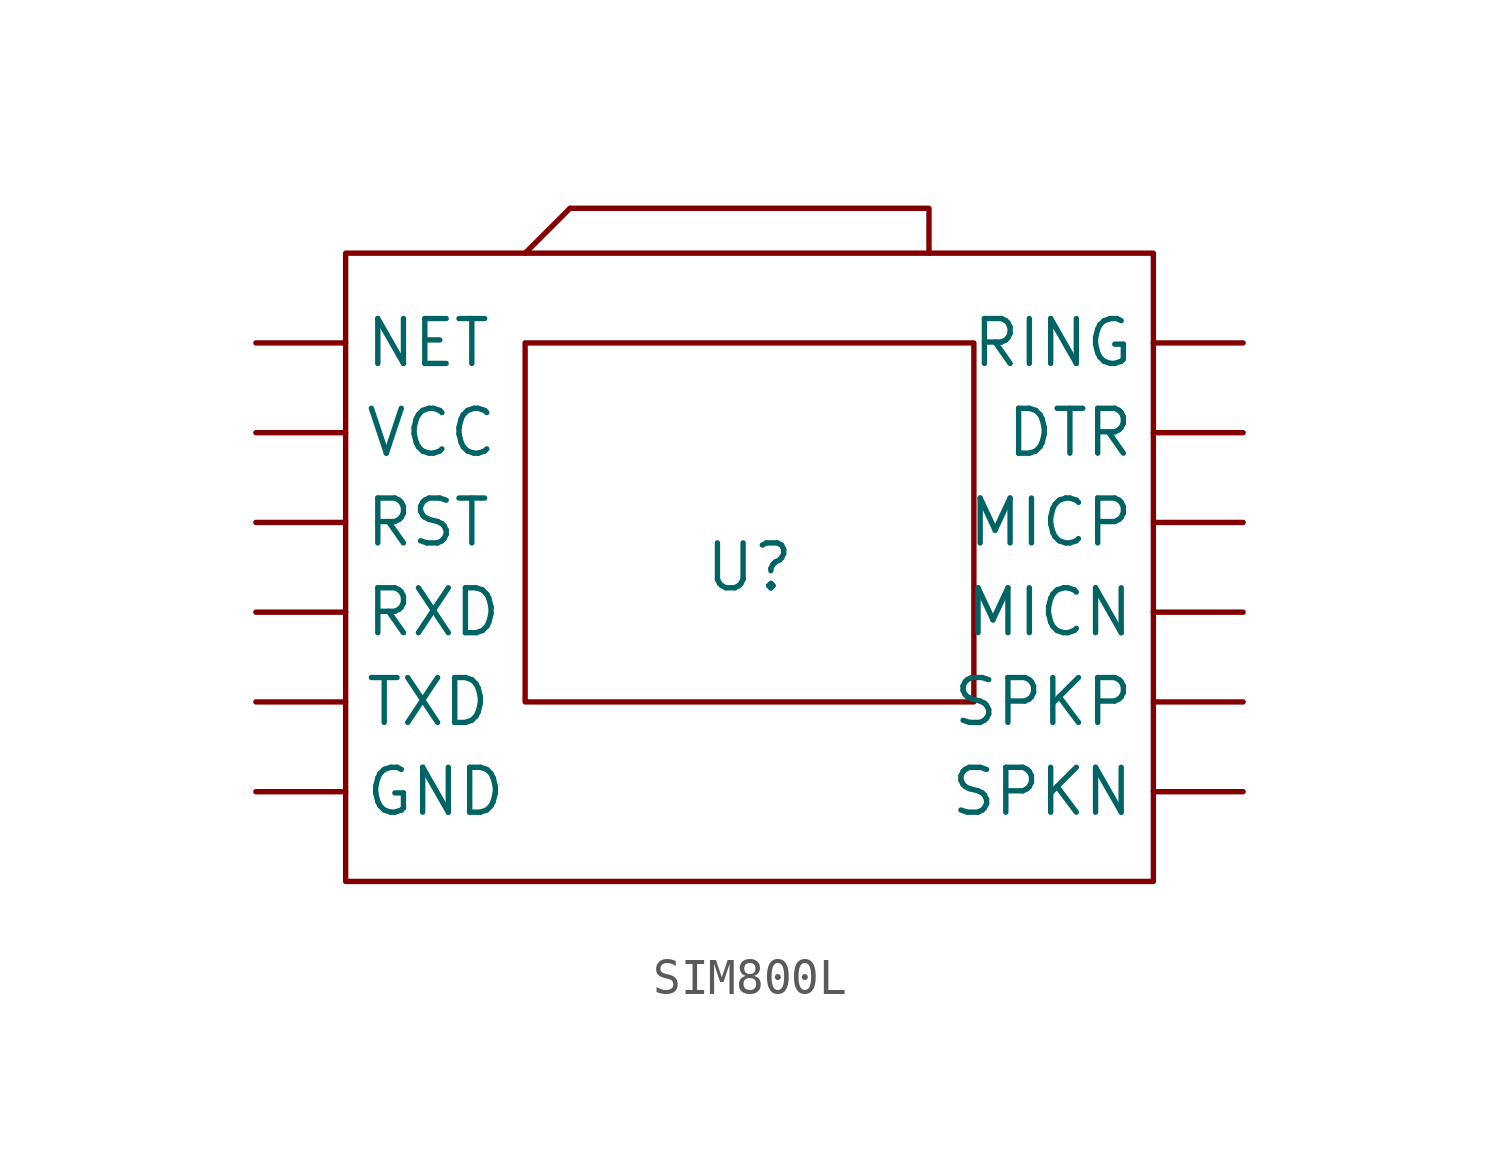
<source format=kicad_sym>
(kicad_symbol_lib
  (version 20220914)
  (generator kicad_symbol_editor)
  (symbol "SIM800L"
    (property "Reference" "U"
      (at 0 0 0)
      (effects (font (size 1.27 1.27))))
    (property "Value" ""
      (at 0 0 0)
      (effects (font (size 1.27 1.27))))
    (symbol "SIM800L_0_1"
      (rectangle (start -11.43 8.89) (end 11.43 -8.89) (stroke (width 0) (type default)) (fill (type none)))
      (rectangle (start -6.35 6.35) (end 6.35 -3.81) (stroke (width 0) (type default)) (fill (type none)))
      (polyline (pts (xy -5.08 10.16) (xy -6.35 8.89)) (stroke (width 0) (type default)) (fill (type none)))
      (polyline (pts (xy -5.08 10.16) (xy 5.08 10.16) (xy 5.08 8.89)) (stroke (width 0) (type default)) (fill (type none))))
    (symbol "SIM800L_1_1"
      (pin input line (at 13.97 3.81 180) (length 2.54) (name "DTR" (effects (font (size 1.27 1.27)))) (number "" (effects (font (size 1.27 1.27)))))
      (pin input line (at -13.97 -6.35 0) (length 2.54) (name "GND" (effects (font (size 1.27 1.27)))) (number "" (effects (font (size 1.27 1.27)))))
      (pin output line (at 13.97 -1.27 180) (length 2.54) (name "MICN" (effects (font (size 1.27 1.27)))) (number "" (effects (font (size 1.27 1.27)))))
      (pin input line (at 13.97 1.27 180) (length 2.54) (name "MICP" (effects (font (size 1.27 1.27)))) (number "" (effects (font (size 1.27 1.27)))))
      (pin input line (at -13.97 6.35 0) (length 2.54) (name "NET" (effects (font (size 1.27 1.27)))) (number "" (effects (font (size 1.27 1.27)))))
      (pin output line (at 13.97 6.35 180) (length 2.54) (name "RING" (effects (font (size 1.27 1.27)))) (number "" (effects (font (size 1.27 1.27)))))
      (pin input line (at -13.97 1.27 0) (length 2.54) (name "RST" (effects (font (size 1.27 1.27)))) (number "" (effects (font (size 1.27 1.27)))))
      (pin input line (at -13.97 -1.27 0) (length 2.54) (name "RXD" (effects (font (size 1.27 1.27)))) (number "" (effects (font (size 1.27 1.27)))))
      (pin output line (at 13.97 -6.35 180) (length 2.54) (name "SPKN" (effects (font (size 1.27 1.27)))) (number "" (effects (font (size 1.27 1.27)))))
      (pin output line (at 13.97 -3.81 180) (length 2.54) (name "SPKP" (effects (font (size 1.27 1.27)))) (number "" (effects (font (size 1.27 1.27)))))
      (pin output line (at -13.97 -3.81 0) (length 2.54) (name "TXD" (effects (font (size 1.27 1.27)))) (number "" (effects (font (size 1.27 1.27)))))
      (pin input line (at -13.97 3.81 0) (length 2.54) (name "VCC" (effects (font (size 1.27 1.27)))) (number "" (effects (font (size 1.27 1.27))))))))
</source>
